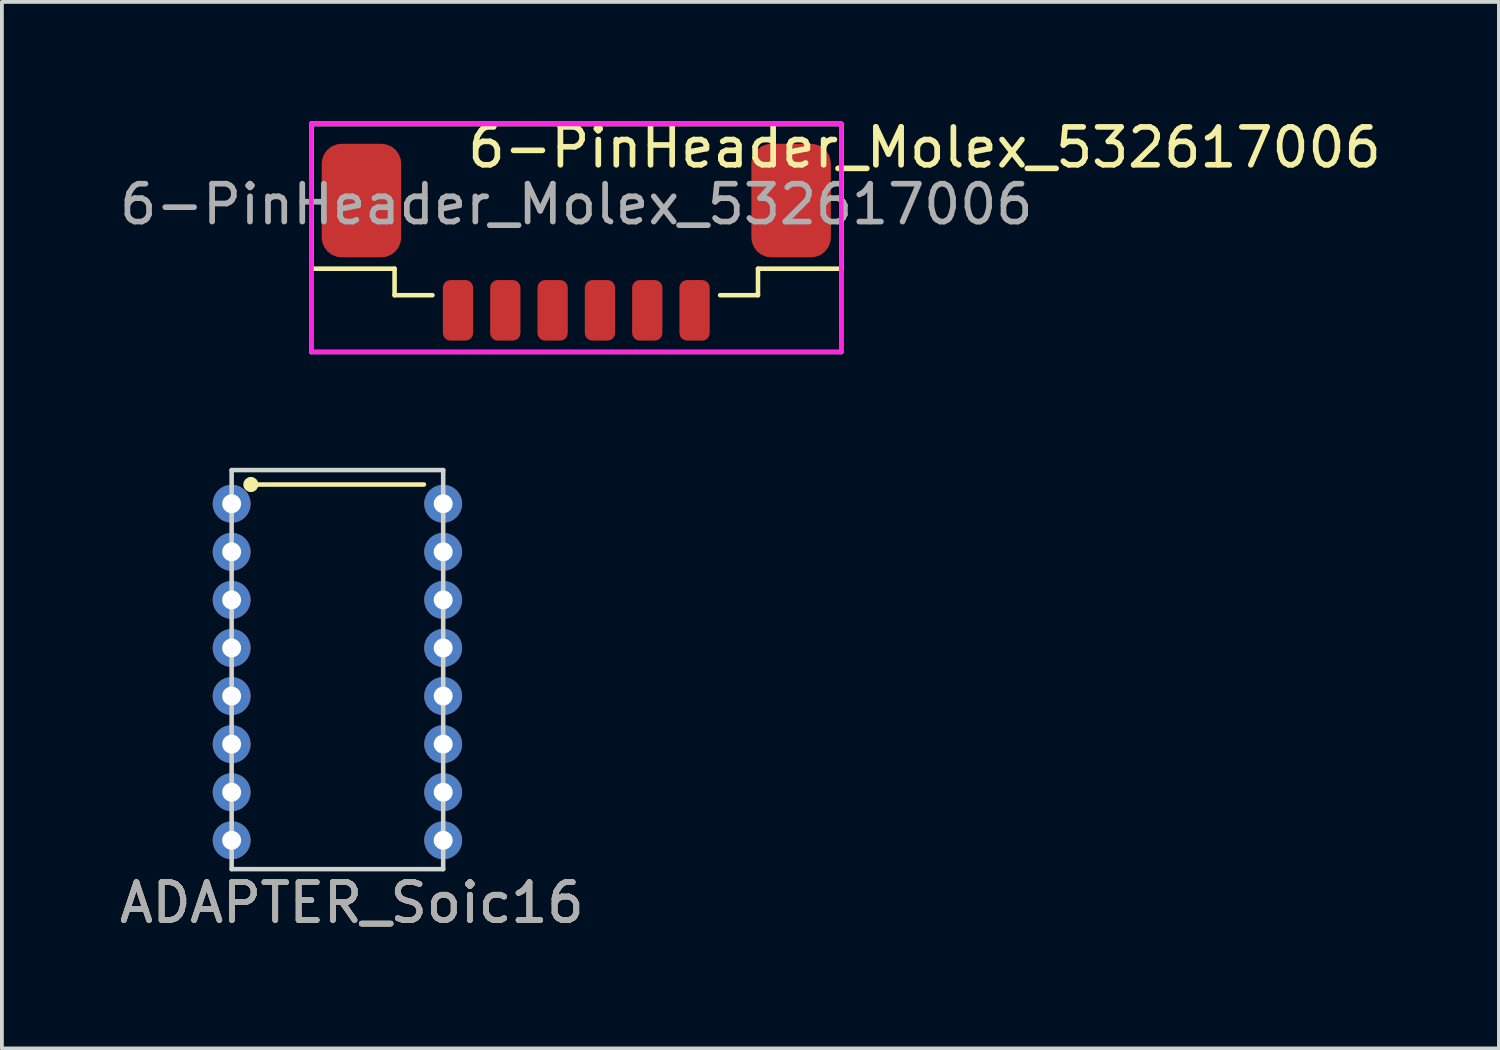
<source format=kicad_pcb>
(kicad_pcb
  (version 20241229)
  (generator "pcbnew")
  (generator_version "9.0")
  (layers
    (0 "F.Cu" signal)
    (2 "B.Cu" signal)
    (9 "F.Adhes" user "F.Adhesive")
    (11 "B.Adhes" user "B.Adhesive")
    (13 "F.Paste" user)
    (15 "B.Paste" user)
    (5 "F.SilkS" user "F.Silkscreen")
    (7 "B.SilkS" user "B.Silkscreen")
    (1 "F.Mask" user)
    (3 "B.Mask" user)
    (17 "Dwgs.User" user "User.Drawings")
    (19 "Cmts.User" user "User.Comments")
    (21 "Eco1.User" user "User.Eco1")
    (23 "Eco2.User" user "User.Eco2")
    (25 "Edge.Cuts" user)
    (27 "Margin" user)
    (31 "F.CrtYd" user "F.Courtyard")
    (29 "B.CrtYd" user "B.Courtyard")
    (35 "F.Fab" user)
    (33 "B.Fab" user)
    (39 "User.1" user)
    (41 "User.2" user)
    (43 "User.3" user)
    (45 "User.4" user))
  (footprint "6-PinHeader_Molex_532617006"
    (layer "F.Cu")
    (at 12.173 5.148)
    (property "Reference" "6-PinHeader_Molex_532617006" (at 9.2 -4.3 0) (layer "F.SilkS") (effects (font (size 1 1) (thickness 0.15))))
    (attr through_hole)
    (fp_line (start -7 -4.925) (end -7 -1.1) (stroke (width 0.12) (type solid)) (layer "F.SilkS"))
    (fp_line (start -7 -4.925) (end 7 -4.925) (stroke (width 0.12) (type solid)) (layer "F.SilkS"))
    (fp_line (start -7 -1.1) (end -4.8 -1.1) (stroke (width 0.12) (type solid)) (layer "F.SilkS"))
    (fp_line (start -4.8 -1.1) (end -4.8 -0.4) (stroke (width 0.12) (type solid)) (layer "F.SilkS"))
    (fp_line (start -4.8 -0.4) (end -3.8 -0.4) (stroke (width 0.12) (type solid)) (layer "F.SilkS"))
    (fp_line (start 3.8 -0.4) (end 4.8 -0.4) (stroke (width 0.12) (type solid)) (layer "F.SilkS"))
    (fp_line (start 4.8 -0.4) (end 4.8 -1.1) (stroke (width 0.12) (type solid)) (layer "F.SilkS"))
    (fp_line (start 7 -4.925) (end 7 -1.1) (stroke (width 0.12) (type solid)) (layer "F.SilkS"))
    (fp_line (start 7 -1.1) (end 4.8 -1.1) (stroke (width 0.12) (type solid)) (layer "F.SilkS"))
    (fp_line (start -7 -4.925) (end 7 -4.925) (stroke (width 0.12) (type solid)) (layer "F.CrtYd"))
    (fp_line (start -7 1.1) (end -7 -4.925) (stroke (width 0.12) (type solid)) (layer "F.CrtYd"))
    (fp_line (start 7 -4.925) (end 7 1.1) (stroke (width 0.12) (type solid)) (layer "F.CrtYd"))
    (fp_line (start 7 1.1) (end -7 1.1) (stroke (width 0.12) (type solid)) (layer "F.CrtYd"))
    (fp_line (start -7 -4.925) (end 7 -4.925) (stroke (width 0.12) (type solid)) (layer "F.Fab"))
    (fp_line (start -7 1.1) (end -7 -4.925) (stroke (width 0.12) (type solid)) (layer "F.Fab"))
    (fp_line (start 7 -4.925) (end 7 1.1) (stroke (width 0.12) (type solid)) (layer "F.Fab"))
    (fp_line (start 7 1.1) (end -7 1.1) (stroke (width 0.12) (type solid)) (layer "F.Fab"))
    (fp_text user "${REFERENCE}" (at 0 -2.8 0) (layer "F.Fab") (effects (font (size 1 1) (thickness 0.15))))
    (pad "" smd roundrect (at -5.675 -2.9) (size 2.1 3) (layers "F.Cu" "F.Mask" "F.Paste") (roundrect_rratio 0.25))
    (pad "" smd roundrect (at 5.675 -2.9) (size 2.1 3) (layers "F.Cu" "F.Mask" "F.Paste") (roundrect_rratio 0.25))
    (pad "1" smd roundrect (at 3.125 0) (size 0.8 1.6) (layers "F.Cu" "F.Mask" "F.Paste") (roundrect_rratio 0.25))
    (pad "2" smd roundrect (at 1.875 0) (size 0.8 1.6) (layers "F.Cu" "F.Mask" "F.Paste") (roundrect_rratio 0.25))
    (pad "3" smd roundrect (at 0.625 0) (size 0.8 1.6) (layers "F.Cu" "F.Mask" "F.Paste") (roundrect_rratio 0.25))
    (pad "4" smd roundrect (at -0.625 0) (size 0.8 1.6) (layers "F.Cu" "F.Mask" "F.Paste") (roundrect_rratio 0.25))
    (pad "5" smd roundrect (at -1.875 0) (size 0.8 1.6) (layers "F.Cu" "F.Mask" "F.Paste") (roundrect_rratio 0.25))
    (pad "6" smd roundrect (at -3.125 0) (size 0.8 1.6) (layers "F.Cu" "F.Mask" "F.Paste") (roundrect_rratio 0.25)))
  (footprint "ADAPTER_Soic16"
    (layer "F.Cu")
    (at 6.244 14.702)
    (property "Reference" "ADAPTER_Soic16" (at 0 6.096 0) (unlocked yes) (layer "F.SilkS") (effects (font (size 1 1) (thickness 0.15))))
    (fp_line (start -2.567 -4.953) (end 1.905 -4.953) (stroke (width 0.12) (type solid)) (layer "F.SilkS"))
    (fp_circle (center -2.667 -4.953) (end -2.667 -4.853) (stroke (width 0.2) (type solid)) (fill no) (layer "F.SilkS"))
    (fp_line (start -3.175 5.207) (end -3.175 -5.334) (stroke (width 0.12) (type solid)) (layer "Edge.Cuts"))
    (fp_line (start 2.413 -5.334) (end -3.175 -5.334) (stroke (width 0.12) (type solid)) (layer "Edge.Cuts"))
    (fp_line (start 2.413 5.207) (end -3.175 5.207) (stroke (width 0.12) (type solid)) (layer "Edge.Cuts"))
    (fp_line (start 2.413 5.207) (end 2.413 -5.334) (stroke (width 0.12) (type solid)) (layer "Edge.Cuts"))
    (fp_text user "${REFERENCE}" (at 0 6.096 0) (layer "F.Fab") (effects (font (size 1 1) (thickness 0.15))))
    (fp_text user "${REFERENCE}" (at 0 6.096 0) (unlocked yes) (layer "F.Fab") (effects (font (size 1 1) (thickness 0.15))))
    (pad "1" thru_hole circle (at -3.175 -4.445) (size 1 1) (drill 0.5) (property pad_prop_castellated) (layers "*.Cu" "*.Mask"))
    (pad "2" thru_hole circle (at -3.175 -3.175) (size 1 1) (drill 0.5) (property pad_prop_castellated) (layers "*.Cu" "*.Mask"))
    (pad "3" thru_hole circle (at -3.175 -1.905) (size 1 1) (drill 0.5) (property pad_prop_castellated) (layers "*.Cu" "*.Mask"))
    (pad "4" thru_hole circle (at -3.175 -0.635) (size 1 1) (drill 0.5) (property pad_prop_castellated) (layers "*.Cu" "*.Mask"))
    (pad "5" thru_hole circle (at -3.175 0.635) (size 1 1) (drill 0.5) (property pad_prop_castellated) (layers "*.Cu" "*.Mask"))
    (pad "6" thru_hole circle (at -3.175 1.905) (size 1 1) (drill 0.5) (property pad_prop_castellated) (layers "*.Cu" "*.Mask"))
    (pad "7" thru_hole circle (at -3.175 3.175) (size 1 1) (drill 0.5) (property pad_prop_castellated) (layers "*.Cu" "*.Mask"))
    (pad "8" thru_hole circle (at -3.175 4.445) (size 1 1) (drill 0.5) (property pad_prop_castellated) (layers "*.Cu" "*.Mask"))
    (pad "9" thru_hole circle (at 2.413 4.445) (size 1 1) (drill 0.5) (property pad_prop_castellated) (layers "*.Cu" "*.Mask"))
    (pad "10" thru_hole circle (at 2.413 3.175) (size 1 1) (drill 0.5) (property pad_prop_castellated) (layers "*.Cu" "*.Mask"))
    (pad "11" thru_hole circle (at 2.413 1.905) (size 1 1) (drill 0.5) (property pad_prop_castellated) (layers "*.Cu" "*.Mask"))
    (pad "12" thru_hole circle (at 2.413 0.635) (size 1 1) (drill 0.5) (property pad_prop_castellated) (layers "*.Cu" "*.Mask"))
    (pad "13" thru_hole circle (at 2.413 -0.635) (size 1 1) (drill 0.5) (property pad_prop_castellated) (layers "*.Cu" "*.Mask"))
    (pad "14" thru_hole circle (at 2.413 -1.905) (size 1 1) (drill 0.5) (property pad_prop_castellated) (layers "*.Cu" "*.Mask"))
    (pad "15" thru_hole circle (at 2.413 -3.175) (size 1 1) (drill 0.5) (property pad_prop_castellated) (layers "*.Cu" "*.Mask"))
    (pad "16" thru_hole circle (at 2.413 -4.445) (size 1 1) (drill 0.5) (property pad_prop_castellated) (layers "*.Cu" "*.Mask")))
  (gr_rect
    (start -3 -3)
    (end 36.545 24.646)
    (stroke (width 0.1) (type default))
    (fill no)
    (layer "Edge.Cuts")))
</source>
